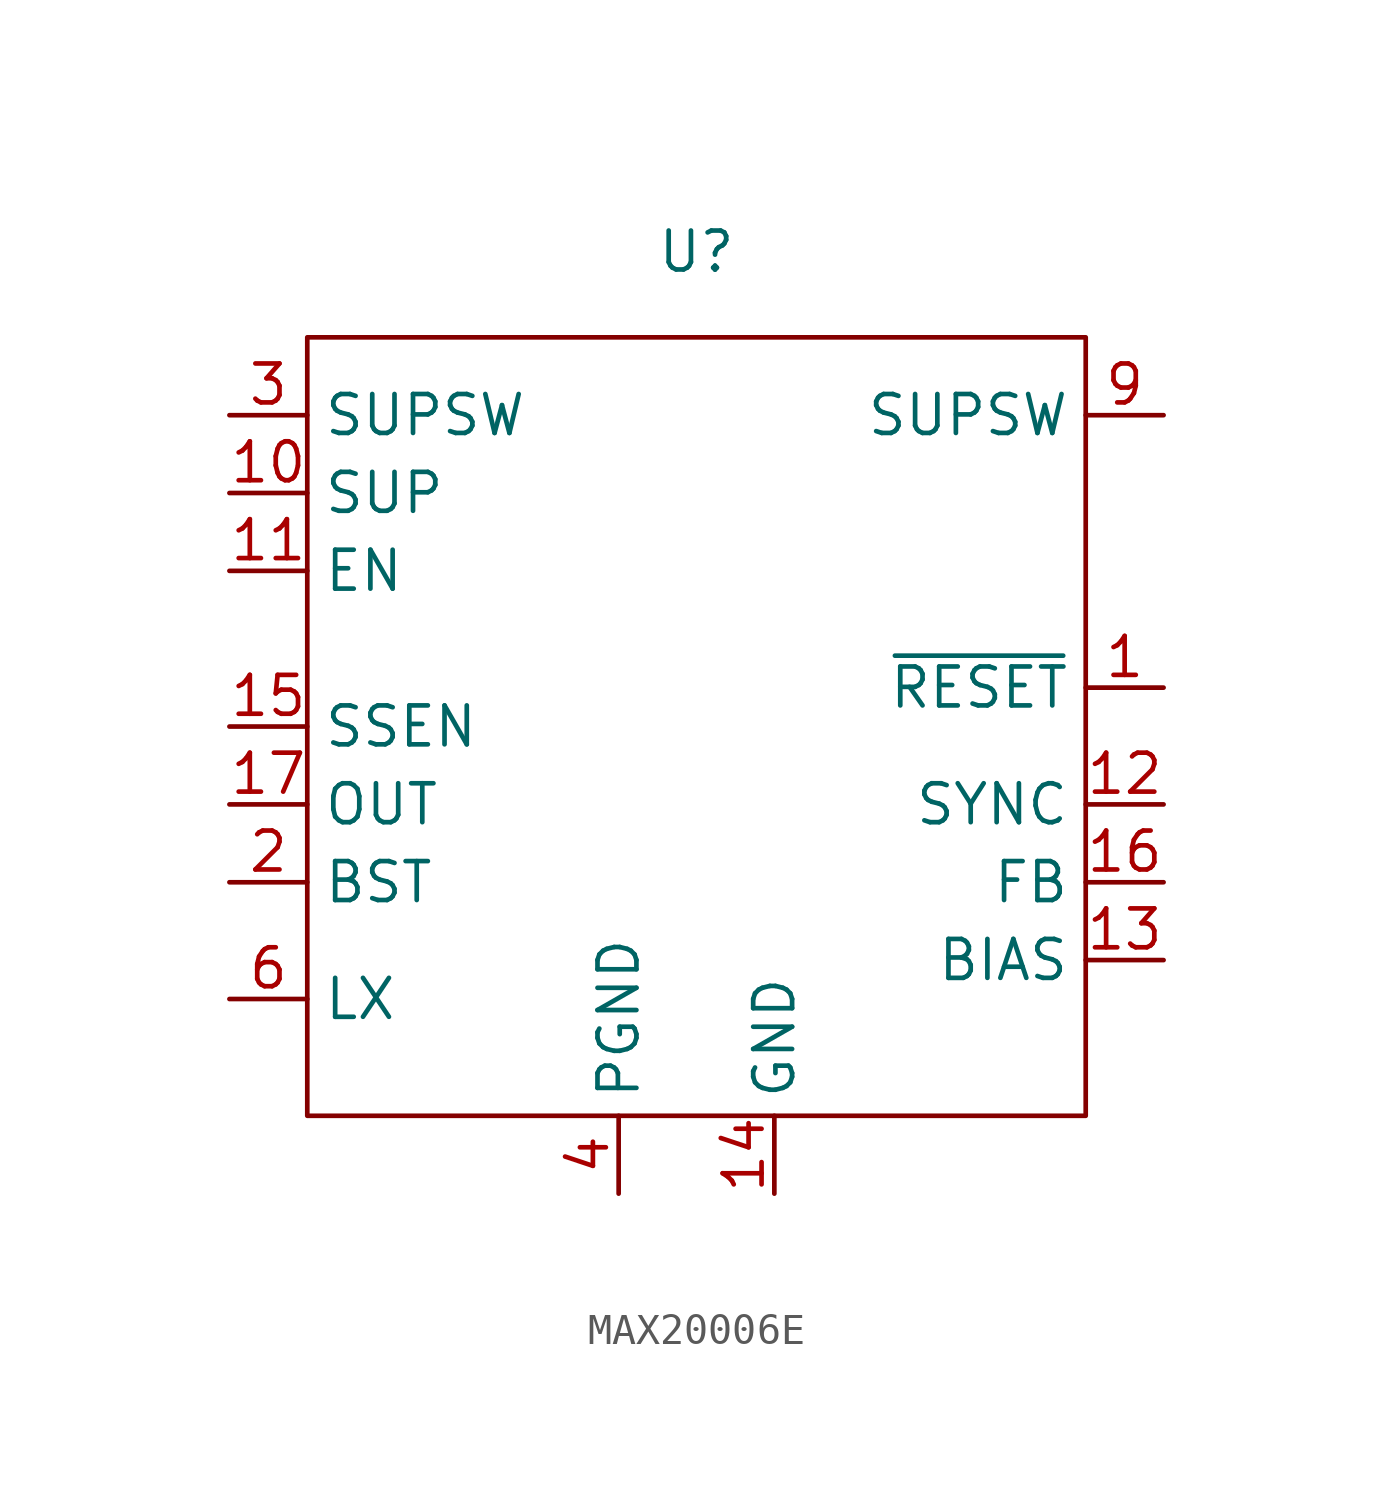
<source format=kicad_sym>
(kicad_symbol_lib
  (version 20231120)
  (generator "kicad_symbol_editor")
  (generator_version "8.0")
  (symbol "MAX20006E"
    (property "Reference" "U"
      (at 0 15.494 0)
      (effects (font (size 1.27 1.27))))
    (property "Value" ""
      (at 0 0 0)
      (effects (font (size 1.27 1.27))))
    (symbol "MAX20006E_0_1"
      (rectangle (start -12.7 12.7) (end 12.7 -12.7) (stroke (width 0) (type default)) (fill (type none))))
    (symbol "MAX20006E_1_1"
      (pin input line (at 15.24 1.27 180) (length 2.54) (name "~{RESET}" (effects (font (size 1.27 1.27)))) (number "1" (effects (font (size 1.27 1.27)))))
      (pin input line (at -15.24 7.62 0) (length 2.54) (name "SUP" (effects (font (size 1.27 1.27)))) (number "10" (effects (font (size 1.27 1.27)))))
      (pin input line (at -15.24 5.08 0) (length 2.54) (name "EN" (effects (font (size 1.27 1.27)))) (number "11" (effects (font (size 1.27 1.27)))))
      (pin input line (at 15.24 -2.54 180) (length 2.54) (name "SYNC" (effects (font (size 1.27 1.27)))) (number "12" (effects (font (size 1.27 1.27)))))
      (pin input line (at 15.24 -7.62 180) (length 2.54) (name "BIAS" (effects (font (size 1.27 1.27)))) (number "13" (effects (font (size 1.27 1.27)))))
      (pin input line (at 2.54 -15.24 90) (length 2.54) (name "GND" (effects (font (size 1.27 1.27)))) (number "14" (effects (font (size 1.27 1.27)))))
      (pin input line (at -15.24 0 0) (length 2.54) (name "SSEN" (effects (font (size 1.27 1.27)))) (number "15" (effects (font (size 1.27 1.27)))))
      (pin input line (at 15.24 -5.08 180) (length 2.54) (name "FB" (effects (font (size 1.27 1.27)))) (number "16" (effects (font (size 1.27 1.27)))))
      (pin input line (at -15.24 -2.54 0) (length 2.54) (name "OUT" (effects (font (size 1.27 1.27)))) (number "17" (effects (font (size 1.27 1.27)))))
      (pin input line (at 15.24 10.16 180) (length 2.54) hide (name "SUPSW" (effects (font (size 1.27 1.27)))) (number "18" (effects (font (size 1.27 1.27)))))
      (pin input line (at -15.24 -5.08 0) (length 2.54) (name "BST" (effects (font (size 1.27 1.27)))) (number "2" (effects (font (size 1.27 1.27)))))
      (pin input line (at -15.24 10.16 0) (length 2.54) (name "SUPSW" (effects (font (size 1.27 1.27)))) (number "3" (effects (font (size 1.27 1.27)))))
      (pin input line (at -2.54 -15.24 90) (length 2.54) (name "PGND" (effects (font (size 1.27 1.27)))) (number "4" (effects (font (size 1.27 1.27)))))
      (pin input line (at -2.54 -15.24 90) (length 2.54) hide (name "PGND" (effects (font (size 1.27 1.27)))) (number "5" (effects (font (size 1.27 1.27)))))
      (pin input line (at -15.24 -8.89 0) (length 2.54) (name "LX" (effects (font (size 1.27 1.27)))) (number "6" (effects (font (size 1.27 1.27)))))
      (pin input line (at -2.54 -15.24 90) (length 2.54) hide (name "PGND" (effects (font (size 1.27 1.27)))) (number "7" (effects (font (size 1.27 1.27)))))
      (pin input line (at -2.54 -15.24 90) (length 2.54) hide (name "PGND" (effects (font (size 1.27 1.27)))) (number "8" (effects (font (size 1.27 1.27)))))
      (pin input line (at 15.24 10.16 180) (length 2.54) (name "SUPSW" (effects (font (size 1.27 1.27)))) (number "9" (effects (font (size 1.27 1.27))))))))
</source>
